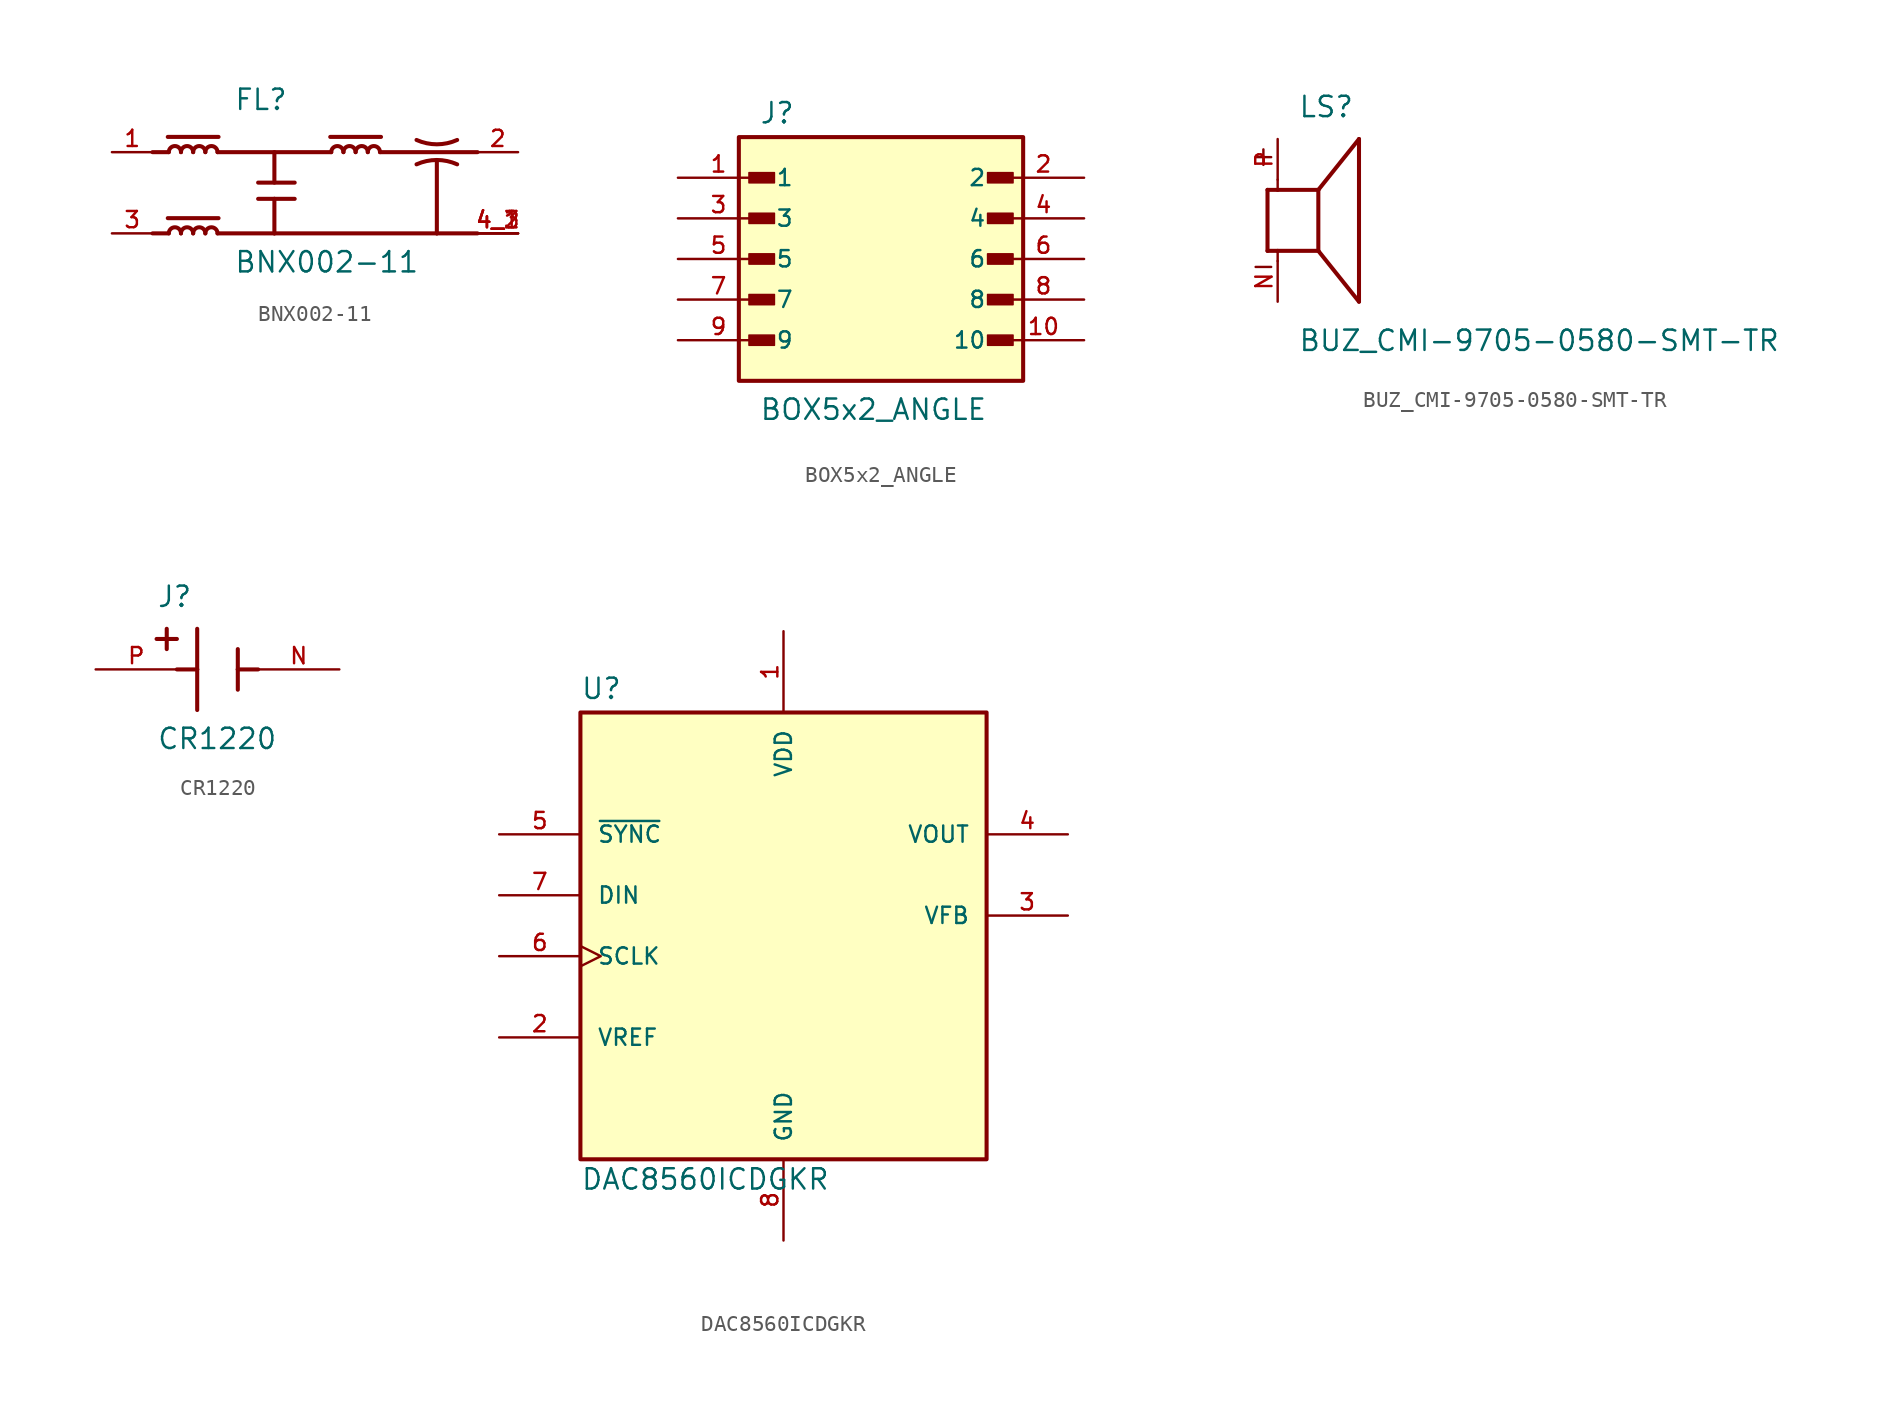
<source format=kicad_sym>
(kicad_symbol_lib
  (version 20241209)
  (generator "kicad_symbol_editor")
  (generator_version "9.0")
  (symbol "BNX002-11"
    (pin_names
      (offset 1.016))
    (property "Reference" "FL"
      (at -5.08 5.08 0)
      (effects (font (size 1.27 1.27)) (justify left bottom)))
    (property "Value" "BNX002-11"
      (at -5.08 -5.08 0)
      (effects (font (size 1.27 1.27)) (justify left bottom)))
    (symbol "BNX002-11_0_0"
      (polyline (pts (xy -10.16 2.54) (xy -9.144 2.54)) (stroke (width 0.254) (type default)) (fill (type none)))
      (polyline (pts (xy -9.207 3.493) (xy -6.032 3.493)) (stroke (width 0.254) (type default)) (fill (type none)))
      (polyline (pts (xy -9.207 -1.587) (xy -6.032 -1.587)) (stroke (width 0.254) (type default)) (fill (type none)))
      (polyline (pts (xy -9.144 -2.54) (xy -10.16 -2.54)) (stroke (width 0.254) (type default)) (fill (type none)))
      (arc (start -9.144 2.54) (mid -8.763 2.9193) (end -8.382 2.54) (stroke (width 0.254) (type default)) (fill (type none)))
      (arc (start -9.144 -2.54) (mid -8.763 -2.1606) (end -8.382 -2.54) (stroke (width 0.254) (type default)) (fill (type none)))
      (arc (start -8.382 2.54) (mid -8.001 2.9193) (end -7.62 2.54) (stroke (width 0.254) (type default)) (fill (type none)))
      (arc (start -8.382 -2.54) (mid -8.001 -2.1606) (end -7.62 -2.54) (stroke (width 0.254) (type default)) (fill (type none)))
      (arc (start -7.62 2.54) (mid -7.239 2.9193) (end -6.858 2.54) (stroke (width 0.254) (type default)) (fill (type none)))
      (arc (start -7.62 -2.54) (mid -7.239 -2.1606) (end -6.858 -2.54) (stroke (width 0.254) (type default)) (fill (type none)))
      (arc (start -6.858 2.54) (mid -6.477 2.9193) (end -6.096 2.54) (stroke (width 0.254) (type default)) (fill (type none)))
      (arc (start -6.858 -2.54) (mid -6.477 -2.1606) (end -6.096 -2.54) (stroke (width 0.254) (type default)) (fill (type none)))
      (polyline (pts (xy -3.556 0.635) (xy -1.27 0.635)) (stroke (width 0.254) (type default)) (fill (type none)))
      (polyline (pts (xy -3.556 -0.381) (xy -2.54 -0.381)) (stroke (width 0.254) (type default)) (fill (type none)))
      (polyline (pts (xy -2.54 2.54) (xy -2.54 0.635)) (stroke (width 0.254) (type default)) (fill (type none)))
      (polyline (pts (xy -2.54 -0.381) (xy -2.54 -2.54)) (stroke (width 0.254) (type default)) (fill (type none)))
      (polyline (pts (xy -2.54 -0.381) (xy -1.27 -0.381)) (stroke (width 0.254) (type default)) (fill (type none)))
      (polyline (pts (xy -2.54 -2.54) (xy -6.096 -2.54)) (stroke (width 0.254) (type default)) (fill (type none)))
      (polyline (pts (xy 0.953 3.493) (xy 4.128 3.493)) (stroke (width 0.254) (type default)) (fill (type none)))
      (polyline (pts (xy 1.016 2.54) (xy -6.096 2.54)) (stroke (width 0.254) (type default)) (fill (type none)))
      (arc (start 1.016 2.54) (mid 1.397 2.9193) (end 1.778 2.54) (stroke (width 0.254) (type default)) (fill (type none)))
      (arc (start 1.778 2.54) (mid 2.159 2.9193) (end 2.54 2.54) (stroke (width 0.254) (type default)) (fill (type none)))
      (arc (start 2.54 2.54) (mid 2.921 2.9193) (end 3.302 2.54) (stroke (width 0.254) (type default)) (fill (type none)))
      (arc (start 3.302 2.54) (mid 3.683 2.9193) (end 4.064 2.54) (stroke (width 0.254) (type default)) (fill (type none)))
      (polyline (pts (xy 4.064 2.54) (xy 10.16 2.54)) (stroke (width 0.254) (type default)) (fill (type none)))
      (arc (start 8.89 3.302) (mid 7.6102 3.03) (end 6.35 3.302) (stroke (width 0.254) (type default)) (fill (type none)))
      (polyline (pts (xy 7.62 2.032) (xy 7.62 -2.54)) (stroke (width 0.254) (type default)) (fill (type none)))
      (arc (start 6.35 1.778) (mid 7.6298 2.05) (end 8.89 1.778) (stroke (width 0.254) (type default)) (fill (type none)))
      (polyline (pts (xy 7.62 -2.54) (xy -2.54 -2.54)) (stroke (width 0.254) (type default)) (fill (type none)))
      (polyline (pts (xy 7.62 -2.54) (xy 10.16 -2.54)) (stroke (width 0.254) (type default)) (fill (type none)))
      (pin passive line (at -12.7 2.54 0) (length 2.54) (name "~" (effects (font (size 1.016 1.016)))) (number "1" (effects (font (size 1.016 1.016)))))
      (pin passive line (at -12.7 -2.54 0) (length 2.54) (name "~" (effects (font (size 1.016 1.016)))) (number "3" (effects (font (size 1.016 1.016)))))
      (pin passive line (at 12.7 2.54 180) (length 2.54) (name "~" (effects (font (size 1.016 1.016)))) (number "2" (effects (font (size 1.016 1.016)))))
      (pin passive line (at 12.7 -2.54 180) (length 2.54) (name "~" (effects (font (size 1.016 1.016)))) (number "4_1" (effects (font (size 1.016 1.016)))))
      (pin passive line (at 12.7 -2.54 180) (length 2.54) (name "~" (effects (font (size 1.016 1.016)))) (number "4_2" (effects (font (size 1.016 1.016)))))
      (pin passive line (at 12.7 -2.54 180) (length 2.54) (name "~" (effects (font (size 1.016 1.016)))) (number "4_3" (effects (font (size 1.016 1.016)))))))
  (symbol "BOX5x2_ANGLE"
    (pin_names
      (offset 1.016))
    (property "Reference" "J"
      (at -7.62 8.382 0)
      (effects (font (size 1.27 1.27)) (justify left bottom)))
    (property "Value" "BOX5x2_ANGLE"
      (at -7.62 -10.16 0)
      (effects (font (size 1.27 1.27)) (justify left bottom)))
    (symbol "BOX5x2_ANGLE_0_0"
      (rectangle (start -8.89 -7.62) (end 8.89 7.62) (stroke (width 0.254) (type default)) (fill (type background)))
      (rectangle (start -8.255 4.763) (end -6.668 5.397) (stroke (width 0.1) (type default)) (fill (type outline)))
      (rectangle (start -8.255 2.223) (end -6.668 2.857) (stroke (width 0.1) (type default)) (fill (type outline)))
      (rectangle (start -8.255 -0.318) (end -6.668 0.318) (stroke (width 0.1) (type default)) (fill (type outline)))
      (rectangle (start -8.255 -2.857) (end -6.668 -2.223) (stroke (width 0.1) (type default)) (fill (type outline)))
      (rectangle (start -8.255 -5.397) (end -6.668 -4.763) (stroke (width 0.1) (type default)) (fill (type outline)))
      (rectangle (start 6.668 4.763) (end 8.255 5.397) (stroke (width 0.1) (type default)) (fill (type outline)))
      (rectangle (start 6.668 2.223) (end 8.255 2.857) (stroke (width 0.1) (type default)) (fill (type outline)))
      (rectangle (start 6.668 -0.318) (end 8.255 0.318) (stroke (width 0.1) (type default)) (fill (type outline)))
      (rectangle (start 6.668 -2.857) (end 8.255 -2.223) (stroke (width 0.1) (type default)) (fill (type outline)))
      (rectangle (start 6.668 -5.397) (end 8.255 -4.763) (stroke (width 0.1) (type default)) (fill (type outline)))
      (pin passive line (at -12.7 5.08 0) (length 5.08) (name "1" (effects (font (size 1.016 1.016)))) (number "1" (effects (font (size 1.016 1.016)))))
      (pin passive line (at -12.7 2.54 0) (length 5.08) (name "3" (effects (font (size 1.016 1.016)))) (number "3" (effects (font (size 1.016 1.016)))))
      (pin passive line (at -12.7 0 0) (length 5.08) (name "5" (effects (font (size 1.016 1.016)))) (number "5" (effects (font (size 1.016 1.016)))))
      (pin passive line (at -12.7 -2.54 0) (length 5.08) (name "7" (effects (font (size 1.016 1.016)))) (number "7" (effects (font (size 1.016 1.016)))))
      (pin passive line (at -12.7 -5.08 0) (length 5.08) (name "9" (effects (font (size 1.016 1.016)))) (number "9" (effects (font (size 1.016 1.016)))))
      (pin passive line (at 12.7 5.08 180) (length 5.08) (name "2" (effects (font (size 1.016 1.016)))) (number "2" (effects (font (size 1.016 1.016)))))
      (pin passive line (at 12.7 2.54 180) (length 5.08) (name "4" (effects (font (size 1.016 1.016)))) (number "4" (effects (font (size 1.016 1.016)))))
      (pin passive line (at 12.7 0 180) (length 5.08) (name "6" (effects (font (size 1.016 1.016)))) (number "6" (effects (font (size 1.016 1.016)))))
      (pin passive line (at 12.7 -2.54 180) (length 5.08) (name "8" (effects (font (size 1.016 1.016)))) (number "8" (effects (font (size 1.016 1.016)))))
      (pin passive line (at 12.7 -5.08 180) (length 5.08) (name "10" (effects (font (size 1.016 1.016)))) (number "10" (effects (font (size 1.016 1.016)))))))
  (symbol "BUZ_CMI-9705-0580-SMT-TR"
    (pin_names
      (offset 1.016))
    (property "Reference" "LS"
      (at -1.27 6.35 0)
      (effects (font (size 1.27 1.27)) (justify left bottom)))
    (property "Value" "BUZ_CMI-9705-0580-SMT-TR"
      (at -1.27 -8.255 0)
      (effects (font (size 1.27 1.27)) (justify left bottom)))
    (symbol "BUZ_CMI-9705-0580-SMT-TR_0_0"
      (polyline (pts (xy -3.175 1.905) (xy -3.175 -1.905)) (stroke (width 0.254) (type default)) (fill (type none)))
      (polyline (pts (xy -3.175 1.905) (xy -2.54 1.905)) (stroke (width 0.254) (type default)) (fill (type none)))
      (polyline (pts (xy -3.175 -1.905) (xy -2.54 -1.905)) (stroke (width 0.254) (type default)) (fill (type none)))
      (polyline (pts (xy -2.54 2.54) (xy -2.54 1.905)) (stroke (width 0.152) (type default)) (fill (type none)))
      (polyline (pts (xy -2.54 1.905) (xy 0 1.905)) (stroke (width 0.254) (type default)) (fill (type none)))
      (polyline (pts (xy -2.54 -1.905) (xy 0 -1.905)) (stroke (width 0.254) (type default)) (fill (type none)))
      (polyline (pts (xy -2.54 -2.54) (xy -2.54 -1.905)) (stroke (width 0.152) (type default)) (fill (type none)))
      (polyline (pts (xy 0 1.905) (xy 2.54 5.08)) (stroke (width 0.254) (type default)) (fill (type none)))
      (polyline (pts (xy 0 -1.905) (xy 0 1.905)) (stroke (width 0.254) (type default)) (fill (type none)))
      (polyline (pts (xy 0 -1.905) (xy 2.54 -5.08)) (stroke (width 0.254) (type default)) (fill (type none)))
      (polyline (pts (xy 2.54 -5.08) (xy 2.54 5.08)) (stroke (width 0.254) (type default)) (fill (type none)))
      (text "+" (at -4.318 3.302 0) (effects (font (size 1.27 1.27)) (justify left bottom)))
      (text "-" (at -4.318 -3.556 0) (effects (font (size 1.27 1.27)) (justify left bottom)))
      (pin passive line (at -2.54 5.08 270) (length 2.54) (name "~" (effects (font (size 1.016 1.016)))) (number "P" (effects (font (size 1.016 1.016)))))
      (pin passive line (at -2.54 -5.08 90) (length 2.54) (name "~" (effects (font (size 1.016 1.016)))) (number "N" (effects (font (size 1.016 1.016)))))))
  (symbol "CR1220"
    (pin_names
      (offset 1.016))
    (property "Reference" "J"
      (at -3.81 3.81 0)
      (effects (font (size 1.27 1.27)) (justify left bottom)))
    (property "Value" "CR1220"
      (at -3.81 -5.08 0)
      (effects (font (size 1.27 1.27)) (justify left bottom)))
    (symbol "CR1220_0_0"
      (polyline (pts (xy -3.81 1.905) (xy -2.54 1.905)) (stroke (width 0.254) (type default)) (fill (type none)))
      (polyline (pts (xy -3.175 2.54) (xy -3.175 1.27)) (stroke (width 0.254) (type default)) (fill (type none)))
      (polyline (pts (xy -1.27 2.54) (xy -1.27 0)) (stroke (width 0.254) (type default)) (fill (type none)))
      (polyline (pts (xy -1.27 0) (xy -2.54 0)) (stroke (width 0.254) (type default)) (fill (type none)))
      (polyline (pts (xy -1.27 0) (xy -1.27 -2.54)) (stroke (width 0.254) (type default)) (fill (type none)))
      (polyline (pts (xy 1.27 1.27) (xy 1.27 0)) (stroke (width 0.254) (type default)) (fill (type none)))
      (polyline (pts (xy 1.27 0) (xy 1.27 -1.27)) (stroke (width 0.254) (type default)) (fill (type none)))
      (polyline (pts (xy 1.27 0) (xy 2.54 0)) (stroke (width 0.254) (type default)) (fill (type none)))
      (pin passive line (at -7.62 0 0) (length 5.08) (name "~" (effects (font (size 1.016 1.016)))) (number "P" (effects (font (size 1.016 1.016)))))
      (pin passive line (at 7.62 0 180) (length 5.08) (name "~" (effects (font (size 1.016 1.016)))) (number "N" (effects (font (size 1.016 1.016)))))))
  (symbol "DAC8560ICDGKR"
    (pin_names
      (offset 1.016))
    (property "Reference" "U"
      (at -12.7 15.986 0)
      (effects (font (size 1.27 1.27)) (justify left bottom)))
    (property "Value" "DAC8560ICDGKR"
      (at -12.7 -13.208 0)
      (effects (font (size 1.27 1.27)) (justify left top)))
    (symbol "DAC8560ICDGKR_0_0"
      (rectangle (start -12.7 -12.7) (end 12.7 15.24) (stroke (width 0.254) (type default)) (fill (type background)))
      (pin input line (at -17.78 7.62 0) (length 5.08) (name "~{SYNC}" (effects (font (size 1.016 1.016)))) (number "5" (effects (font (size 1.016 1.016)))))
      (pin input line (at -17.78 3.81 0) (length 5.08) (name "DIN" (effects (font (size 1.016 1.016)))) (number "7" (effects (font (size 1.016 1.016)))))
      (pin input clock (at -17.78 0 0) (length 5.08) (name "SCLK" (effects (font (size 1.016 1.016)))) (number "6" (effects (font (size 1.016 1.016)))))
      (pin bidirectional line (at -17.78 -5.08 0) (length 5.08) (name "VREF" (effects (font (size 1.016 1.016)))) (number "2" (effects (font (size 1.016 1.016)))))
      (pin power_in line (at 0 20.32 270) (length 5.08) (name "VDD" (effects (font (size 1.016 1.016)))) (number "1" (effects (font (size 1.016 1.016)))))
      (pin power_in line (at 0 -17.78 90) (length 5.08) (name "GND" (effects (font (size 1.016 1.016)))) (number "8" (effects (font (size 1.016 1.016)))))
      (pin output line (at 17.78 7.62 180) (length 5.08) (name "VOUT" (effects (font (size 1.016 1.016)))) (number "4" (effects (font (size 1.016 1.016)))))
      (pin input line (at 17.78 2.54 180) (length 5.08) (name "VFB" (effects (font (size 1.016 1.016)))) (number "3" (effects (font (size 1.016 1.016))))))))
</source>
